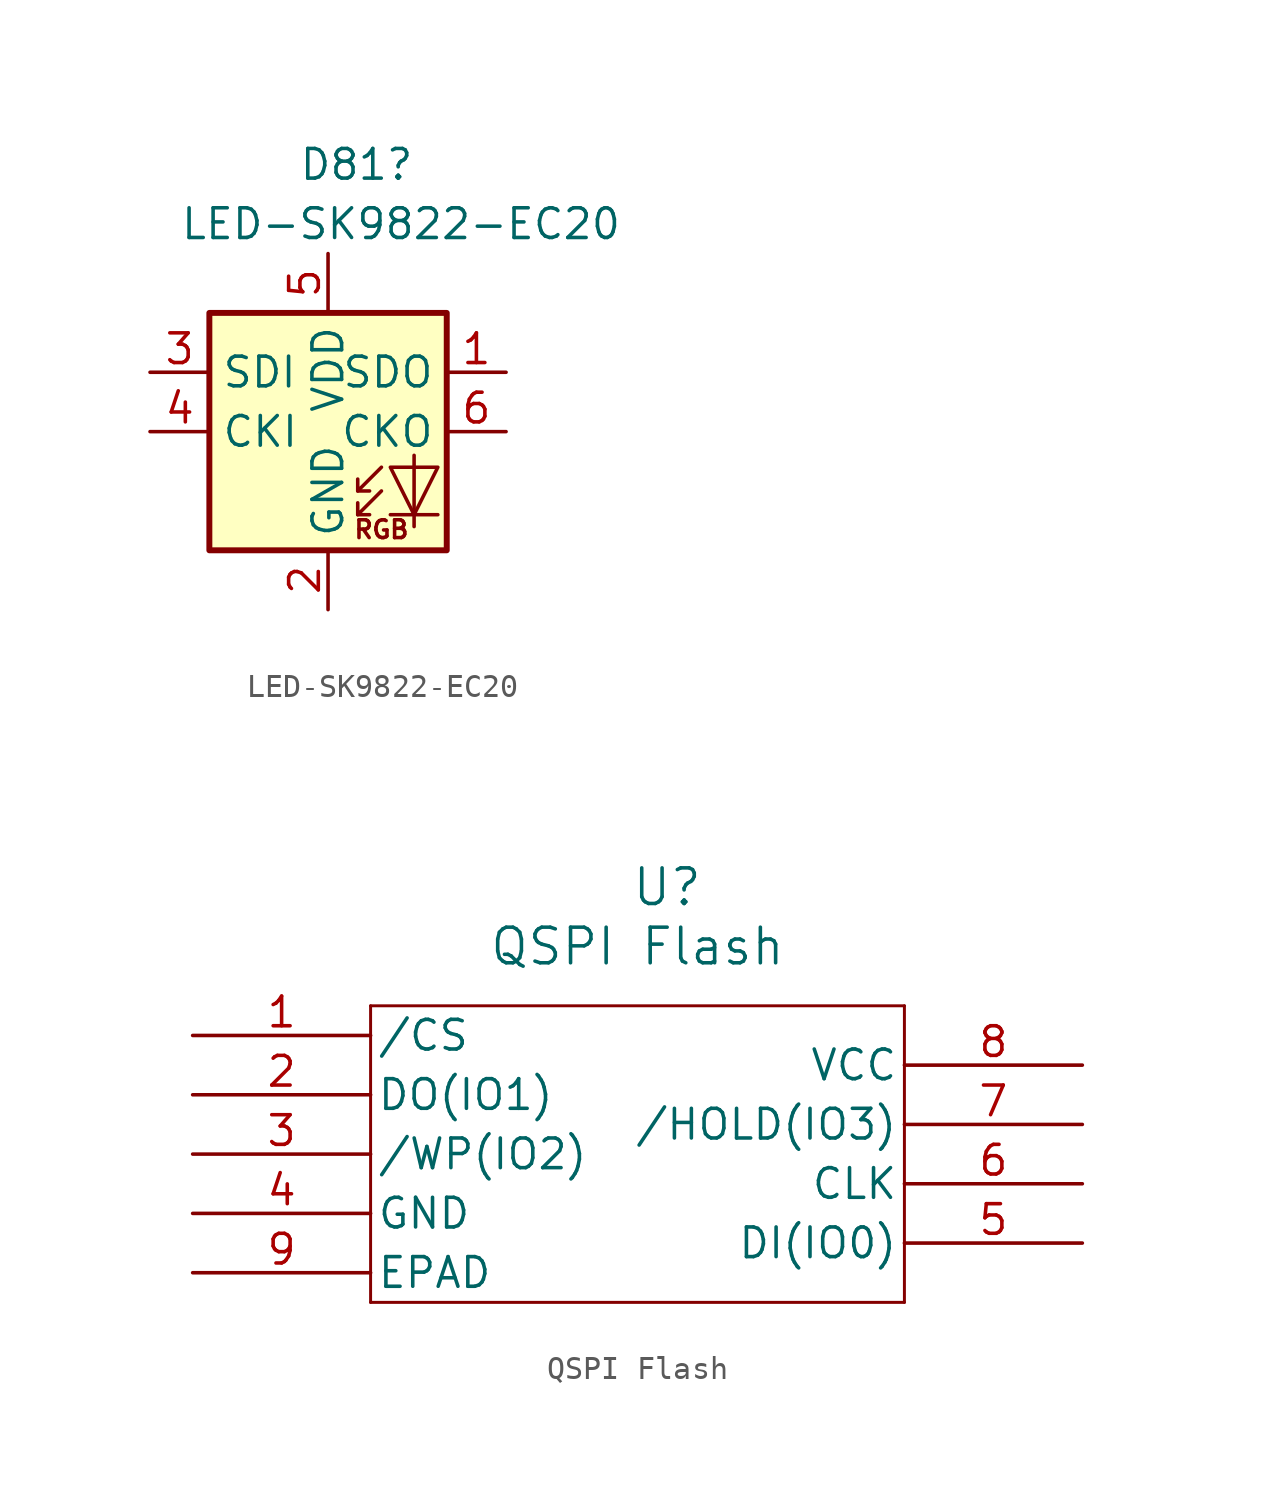
<source format=kicad_sym>
(kicad_symbol_lib
  (version 20220914)
  (generator kicad_symbol_editor)
  (symbol "LED-SK9822-EC20"
    (property "Reference" "D81"
      (at -1.27 11.43 0)
      (effects (font (size 1.27 1.27)) (justify left)))
    (property "Value" "LED-SK9822-EC20"
      (at -6.35 8.89 0)
      (effects (font (size 1.27 1.27)) (justify left)))
    (symbol "LED-SK9822-EC20_0_0"
      (text "RGB" (at 2.286 -4.191 0) (effects (font (size 0.762 0.762)))))
    (symbol "LED-SK9822-EC20_0_1"
      (polyline (pts (xy 1.27 -3.556) (xy 1.778 -3.556)) (stroke (width 0) (type default)) (fill (type none)))
      (polyline (pts (xy 1.27 -2.54) (xy 1.778 -2.54)) (stroke (width 0) (type default)) (fill (type none)))
      (polyline (pts (xy 4.699 -3.556) (xy 2.667 -3.556)) (stroke (width 0) (type default)) (fill (type none)))
      (polyline (pts (xy 2.286 -2.54) (xy 1.27 -3.556) (xy 1.27 -3.048)) (stroke (width 0) (type default)) (fill (type none)))
      (polyline (pts (xy 2.286 -1.524) (xy 1.27 -2.54) (xy 1.27 -2.032)) (stroke (width 0) (type default)) (fill (type none)))
      (polyline (pts (xy 3.683 -1.016) (xy 3.683 -3.556) (xy 3.683 -4.064)) (stroke (width 0) (type default)) (fill (type none)))
      (polyline (pts (xy 4.699 -1.524) (xy 2.667 -1.524) (xy 3.683 -3.556) (xy 4.699 -1.524)) (stroke (width 0) (type default)) (fill (type none)))
      (rectangle (start 5.08 5.08) (end -5.08 -5.08) (stroke (width 0.254) (type default)) (fill (type background))))
    (symbol "LED-SK9822-EC20_1_1"
      (pin output line (at 7.62 2.54 180) (length 2.54) (name "SDO" (effects (font (size 1.27 1.27)))) (number "1" (effects (font (size 1.27 1.27)))))
      (pin power_in line (at 0 -7.62 90) (length 2.54) (name "GND" (effects (font (size 1.27 1.27)))) (number "2" (effects (font (size 1.27 1.27)))))
      (pin input line (at -7.62 2.54 0) (length 2.54) (name "SDI" (effects (font (size 1.27 1.27)))) (number "3" (effects (font (size 1.27 1.27)))))
      (pin input line (at -7.62 0 0) (length 2.54) (name "CKI" (effects (font (size 1.27 1.27)))) (number "4" (effects (font (size 1.27 1.27)))))
      (pin power_in line (at 0 7.62 270) (length 2.54) (name "VDD" (effects (font (size 1.27 1.27)))) (number "5" (effects (font (size 1.27 1.27)))))
      (pin output line (at 7.62 0 180) (length 2.54) (name "CKO" (effects (font (size 1.27 1.27)))) (number "6" (effects (font (size 1.27 1.27)))))))
  (symbol "QSPI Flash"
    (pin_names
      (offset 0.254))
    (property "Reference" "U"
      (at 1.27 11.43 0)
      (effects (font (size 1.524 1.524))))
    (property "Value" "QSPI Flash"
      (at 0 8.89 0)
      (effects (font (size 1.524 1.524))))
    (property "ki_locked" ""
      (at 0 0 0)
      (effects (font (size 1.27 1.27))))
    (symbol "QSPI Flash_0_1"
      (polyline (pts (xy -11.43 -6.35) (xy 11.43 -6.35)) (stroke (width 0.127) (type default)) (fill (type none)))
      (polyline (pts (xy -11.43 6.35) (xy -11.43 -6.35)) (stroke (width 0.127) (type default)) (fill (type none)))
      (polyline (pts (xy 11.43 -6.35) (xy 11.43 6.35)) (stroke (width 0.127) (type default)) (fill (type none)))
      (polyline (pts (xy 11.43 6.35) (xy -11.43 6.35)) (stroke (width 0.127) (type default)) (fill (type none)))
      (pin power_in line (at 19.05 3.81 180) (length 7.62) (name "VCC" (effects (font (size 1.27 1.27)))) (number "8" (effects (font (size 1.27 1.27))))))
    (symbol "QSPI Flash_1_1"
      (pin input line (at -19.05 5.08 0) (length 7.62) (name "/CS" (effects (font (size 1.27 1.27)))) (number "1" (effects (font (size 1.27 1.27)))))
      (pin bidirectional line (at -19.05 2.54 0) (length 7.62) (name "DO(IO1)" (effects (font (size 1.27 1.27)))) (number "2" (effects (font (size 1.27 1.27)))))
      (pin bidirectional line (at -19.05 0 0) (length 7.62) (name "/WP(IO2)" (effects (font (size 1.27 1.27)))) (number "3" (effects (font (size 1.27 1.27)))))
      (pin power_in line (at -19.05 -2.54 0) (length 7.62) (name "GND" (effects (font (size 1.27 1.27)))) (number "4" (effects (font (size 1.27 1.27)))))
      (pin bidirectional line (at 19.05 -3.81 180) (length 7.62) (name "DI(IO0)" (effects (font (size 1.27 1.27)))) (number "5" (effects (font (size 1.27 1.27)))))
      (pin input line (at 19.05 -1.27 180) (length 7.62) (name "CLK" (effects (font (size 1.27 1.27)))) (number "6" (effects (font (size 1.27 1.27)))))
      (pin bidirectional line (at 19.05 1.27 180) (length 7.62) (name "/HOLD(IO3)" (effects (font (size 1.27 1.27)))) (number "7" (effects (font (size 1.27 1.27)))))
      (pin power_in line (at -19.05 -5.08 0) (length 7.62) (name "EPAD" (effects (font (size 1.27 1.27)))) (number "9" (effects (font (size 1.27 1.27))))))))
</source>
